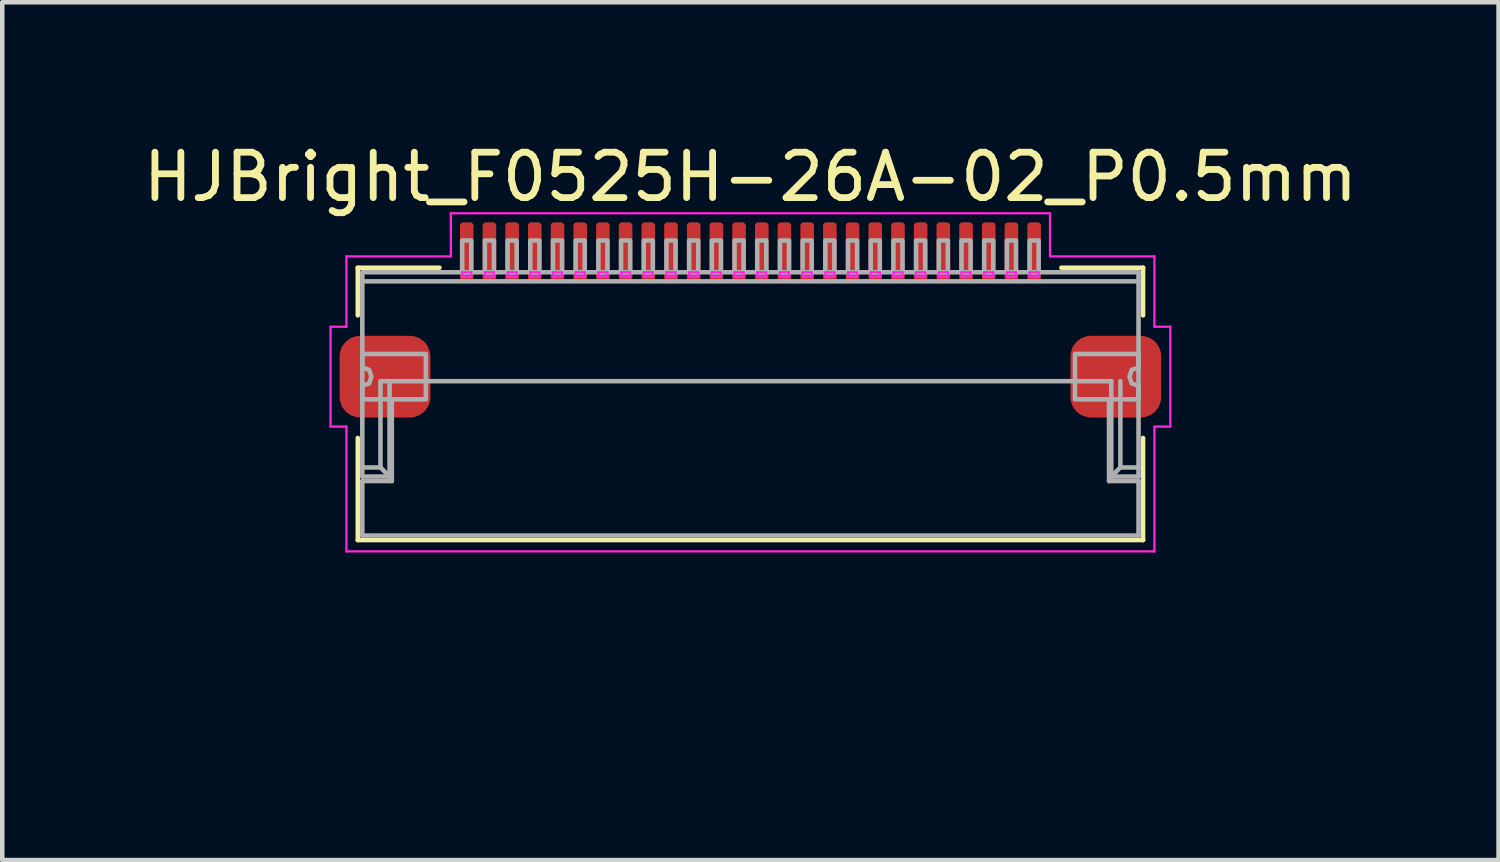
<source format=kicad_pcb>
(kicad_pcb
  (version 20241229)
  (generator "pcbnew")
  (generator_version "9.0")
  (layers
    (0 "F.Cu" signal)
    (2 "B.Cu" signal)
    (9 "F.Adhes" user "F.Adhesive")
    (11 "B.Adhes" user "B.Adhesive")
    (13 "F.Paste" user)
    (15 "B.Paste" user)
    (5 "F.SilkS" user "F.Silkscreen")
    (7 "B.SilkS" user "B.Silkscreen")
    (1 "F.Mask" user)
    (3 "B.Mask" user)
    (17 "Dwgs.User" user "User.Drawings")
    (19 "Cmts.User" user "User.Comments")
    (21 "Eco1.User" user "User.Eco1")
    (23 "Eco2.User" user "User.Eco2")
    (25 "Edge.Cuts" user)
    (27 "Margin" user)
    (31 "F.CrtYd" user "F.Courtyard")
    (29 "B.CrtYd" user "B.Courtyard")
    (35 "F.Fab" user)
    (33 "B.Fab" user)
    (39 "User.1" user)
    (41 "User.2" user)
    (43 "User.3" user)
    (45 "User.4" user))
  (footprint "HJBright_F0525H-26A-02_P0.5mm"
    (layer "F.Cu")
    (at 13.482 5.848)
    (property "Reference" "HJBright_F0525H-26A-02_P0.5mm" (at 0 -5 0) (layer "F.SilkS") (effects (font (size 1 1) (thickness 0.15))))
    (attr smd)
    (fp_line (start -8.65 -3) (end -6.85 -3) (stroke (width 0.1) (type solid)) (layer "F.SilkS"))
    (fp_line (start -8.65 -1.95) (end -8.65 -3) (stroke (width 0.1) (type solid)) (layer "F.SilkS"))
    (fp_line (start -8.65 0.75) (end -8.65 3) (stroke (width 0.1) (type solid)) (layer "F.SilkS"))
    (fp_line (start -8.65 3) (end 8.65 3) (stroke (width 0.1) (type solid)) (layer "F.SilkS"))
    (fp_line (start 6.85 -3) (end 8.65 -3) (stroke (width 0.1) (type solid)) (layer "F.SilkS"))
    (fp_line (start 8.65 -1.95) (end 8.65 -3) (stroke (width 0.1) (type solid)) (layer "F.SilkS"))
    (fp_line (start 8.65 3) (end 8.65 0.75) (stroke (width 0.1) (type solid)) (layer "F.SilkS"))
    (fp_rect (start 8 3) (end -8 7) (stroke (width 0.1) (type solid)) (fill no) (layer "Eco1.User"))
    (fp_line (start -9.25 -1.7) (end -9.25 0.5) (stroke (width 0.05) (type solid)) (layer "F.CrtYd"))
    (fp_line (start -9.25 -1.7) (end -8.9 -1.7) (stroke (width 0.05) (type solid)) (layer "F.CrtYd"))
    (fp_line (start -9.25 0.5) (end -8.9 0.5) (stroke (width 0.05) (type solid)) (layer "F.CrtYd"))
    (fp_line (start -8.9 -3.25) (end -8.9 -1.7) (stroke (width 0.05) (type solid)) (layer "F.CrtYd"))
    (fp_line (start -8.9 -3.25) (end -6.6 -3.25) (stroke (width 0.05) (type solid)) (layer "F.CrtYd"))
    (fp_line (start -8.9 0.5) (end -8.9 3.25) (stroke (width 0.05) (type solid)) (layer "F.CrtYd"))
    (fp_line (start -8.9 3.25) (end 8.9 3.25) (stroke (width 0.05) (type solid)) (layer "F.CrtYd"))
    (fp_line (start -6.6 -4.2) (end -6.6 -3.25) (stroke (width 0.05) (type solid)) (layer "F.CrtYd"))
    (fp_line (start -6.6 -4.2) (end 6.6 -4.2) (stroke (width 0.05) (type solid)) (layer "F.CrtYd"))
    (fp_line (start 6.6 -4.2) (end 6.6 -3.25) (stroke (width 0.05) (type solid)) (layer "F.CrtYd"))
    (fp_line (start 6.6 -3.25) (end 8.9 -3.25) (stroke (width 0.05) (type solid)) (layer "F.CrtYd"))
    (fp_line (start 8.9 -3.25) (end 8.9 -1.7) (stroke (width 0.05) (type solid)) (layer "F.CrtYd"))
    (fp_line (start 8.9 -1.7) (end 9.25 -1.7) (stroke (width 0.05) (type solid)) (layer "F.CrtYd"))
    (fp_line (start 8.9 0.5) (end 8.9 3.25) (stroke (width 0.05) (type solid)) (layer "F.CrtYd"))
    (fp_line (start 8.9 0.5) (end 9.25 0.5) (stroke (width 0.05) (type solid)) (layer "F.CrtYd"))
    (fp_line (start 9.25 -1.7) (end 9.25 0.5) (stroke (width 0.05) (type solid)) (layer "F.CrtYd"))
    (fp_rect (start -6.35 -2.9) (end -6.15 -2.8) (stroke (width 0.05) (type solid)) (fill no) (layer "F.CrtYd"))
    (fp_rect (start -5.85 -2.9) (end -5.65 -2.8) (stroke (width 0.05) (type solid)) (fill no) (layer "F.CrtYd"))
    (fp_rect (start -5.35 -2.9) (end -5.15 -2.8) (stroke (width 0.05) (type solid)) (fill no) (layer "F.CrtYd"))
    (fp_rect (start -4.85 -2.9) (end -4.65 -2.8) (stroke (width 0.05) (type solid)) (fill no) (layer "F.CrtYd"))
    (fp_rect (start -4.35 -2.9) (end -4.15 -2.8) (stroke (width 0.05) (type solid)) (fill no) (layer "F.CrtYd"))
    (fp_rect (start -3.85 -2.9) (end -3.65 -2.8) (stroke (width 0.05) (type solid)) (fill no) (layer "F.CrtYd"))
    (fp_rect (start -3.35 -2.9) (end -3.15 -2.8) (stroke (width 0.05) (type solid)) (fill no) (layer "F.CrtYd"))
    (fp_rect (start -2.85 -2.9) (end -2.65 -2.8) (stroke (width 0.05) (type solid)) (fill no) (layer "F.CrtYd"))
    (fp_rect (start -2.35 -2.9) (end -2.15 -2.8) (stroke (width 0.05) (type solid)) (fill no) (layer "F.CrtYd"))
    (fp_rect (start -1.85 -2.9) (end -1.65 -2.8) (stroke (width 0.05) (type solid)) (fill no) (layer "F.CrtYd"))
    (fp_rect (start -1.35 -2.9) (end -1.15 -2.8) (stroke (width 0.05) (type solid)) (fill no) (layer "F.CrtYd"))
    (fp_rect (start -0.85 -2.9) (end -0.65 -2.8) (stroke (width 0.05) (type solid)) (fill no) (layer "F.CrtYd"))
    (fp_rect (start -0.35 -2.9) (end -0.15 -2.8) (stroke (width 0.05) (type solid)) (fill no) (layer "F.CrtYd"))
    (fp_rect (start 0.15 -2.9) (end 0.35 -2.8) (stroke (width 0.05) (type solid)) (fill no) (layer "F.CrtYd"))
    (fp_rect (start 0.65 -2.9) (end 0.85 -2.8) (stroke (width 0.05) (type solid)) (fill no) (layer "F.CrtYd"))
    (fp_rect (start 1.15 -2.9) (end 1.35 -2.8) (stroke (width 0.05) (type solid)) (fill no) (layer "F.CrtYd"))
    (fp_rect (start 1.65 -2.9) (end 1.85 -2.8) (stroke (width 0.05) (type solid)) (fill no) (layer "F.CrtYd"))
    (fp_rect (start 2.15 -2.9) (end 2.35 -2.8) (stroke (width 0.05) (type solid)) (fill no) (layer "F.CrtYd"))
    (fp_rect (start 2.65 -2.9) (end 2.85 -2.8) (stroke (width 0.05) (type solid)) (fill no) (layer "F.CrtYd"))
    (fp_rect (start 3.15 -2.9) (end 3.35 -2.8) (stroke (width 0.05) (type solid)) (fill no) (layer "F.CrtYd"))
    (fp_rect (start 3.65 -2.9) (end 3.85 -2.8) (stroke (width 0.05) (type solid)) (fill no) (layer "F.CrtYd"))
    (fp_rect (start 4.15 -2.9) (end 4.35 -2.8) (stroke (width 0.05) (type solid)) (fill no) (layer "F.CrtYd"))
    (fp_rect (start 4.65 -2.9) (end 4.85 -2.8) (stroke (width 0.05) (type solid)) (fill no) (layer "F.CrtYd"))
    (fp_rect (start 5.15 -2.9) (end 5.35 -2.8) (stroke (width 0.05) (type solid)) (fill no) (layer "F.CrtYd"))
    (fp_rect (start 5.65 -2.9) (end 5.85 -2.8) (stroke (width 0.05) (type solid)) (fill no) (layer "F.CrtYd"))
    (fp_rect (start 6.15 -2.9) (end 6.35 -2.8) (stroke (width 0.05) (type solid)) (fill no) (layer "F.CrtYd"))
    (fp_line (start -8.55 -2.9) (end -8.55 1.6) (stroke (width 0.1) (type solid)) (layer "F.Fab"))
    (fp_line (start -8.55 -2.9) (end 8.55 -2.9) (stroke (width 0.1) (type solid)) (layer "F.Fab"))
    (fp_line (start -8.55 -2.7) (end 8.55 -2.7) (stroke (width 0.1) (type solid)) (layer "F.Fab"))
    (fp_line (start -8.55 1.4) (end -8.15 1.4) (stroke (width 0.1) (type solid)) (layer "F.Fab"))
    (fp_line (start -8.55 1.6) (end -7.95 1.6) (stroke (width 0.1) (type solid)) (layer "F.Fab"))
    (fp_line (start -8.55 1.7) (end -8.55 2.9) (stroke (width 0.1) (type solid)) (layer "F.Fab"))
    (fp_line (start -8.55 1.7) (end -7.9 1.7) (stroke (width 0.1) (type solid)) (layer "F.Fab"))
    (fp_line (start -8.55 2.9) (end 8.55 2.9) (stroke (width 0.1) (type solid)) (layer "F.Fab"))
    (fp_line (start -8.15 -0.5) (end 7.95 -0.5) (stroke (width 0.1) (type solid)) (layer "F.Fab"))
    (fp_line (start -8.15 1.4) (end -8.15 -0.5) (stroke (width 0.1) (type solid)) (layer "F.Fab"))
    (fp_line (start -8.15 1.4) (end -7.95 1.6) (stroke (width 0.1) (type solid)) (layer "F.Fab"))
    (fp_line (start -7.95 1.6) (end -7.95 -0.5) (stroke (width 0.1) (type solid)) (layer "F.Fab"))
    (fp_line (start -7.9 1.7) (end -7.9 -0.05) (stroke (width 0.1) (type solid)) (layer "F.Fab"))
    (fp_line (start 7.9 -0.05) (end 7.9 1.7) (stroke (width 0.1) (type solid)) (layer "F.Fab"))
    (fp_line (start 7.9 1.7) (end 8.55 1.7) (stroke (width 0.1) (type solid)) (layer "F.Fab"))
    (fp_line (start 7.95 1.6) (end 7.95 -0.5) (stroke (width 0.1) (type solid)) (layer "F.Fab"))
    (fp_line (start 8.15 1.4) (end 7.95 1.6) (stroke (width 0.1) (type solid)) (layer "F.Fab"))
    (fp_line (start 8.15 1.4) (end 8.15 -0.5) (stroke (width 0.1) (type solid)) (layer "F.Fab"))
    (fp_line (start 8.55 -2.9) (end 8.55 1.6) (stroke (width 0.1) (type solid)) (layer "F.Fab"))
    (fp_line (start 8.55 1.4) (end 8.15 1.4) (stroke (width 0.1) (type solid)) (layer "F.Fab"))
    (fp_line (start 8.55 1.6) (end 7.95 1.6) (stroke (width 0.1) (type solid)) (layer "F.Fab"))
    (fp_line (start 8.55 1.7) (end 8.55 2.9) (stroke (width 0.1) (type solid)) (layer "F.Fab"))
    (fp_rect (start -6.35 -3.6) (end -6.15 -2.9) (stroke (width 0.1) (type solid)) (fill no) (layer "F.Fab"))
    (fp_rect (start -5.85 -3.6) (end -5.65 -2.9) (stroke (width 0.1) (type solid)) (fill no) (layer "F.Fab"))
    (fp_rect (start -5.35 -3.6) (end -5.15 -2.9) (stroke (width 0.1) (type solid)) (fill no) (layer "F.Fab"))
    (fp_rect (start -4.85 -3.6) (end -4.65 -2.9) (stroke (width 0.1) (type solid)) (fill no) (layer "F.Fab"))
    (fp_rect (start -4.35 -3.6) (end -4.15 -2.9) (stroke (width 0.1) (type solid)) (fill no) (layer "F.Fab"))
    (fp_rect (start -3.85 -3.6) (end -3.65 -2.9) (stroke (width 0.1) (type solid)) (fill no) (layer "F.Fab"))
    (fp_rect (start -3.35 -3.6) (end -3.15 -2.9) (stroke (width 0.1) (type solid)) (fill no) (layer "F.Fab"))
    (fp_rect (start -2.85 -3.6) (end -2.65 -2.9) (stroke (width 0.1) (type solid)) (fill no) (layer "F.Fab"))
    (fp_rect (start -2.35 -3.6) (end -2.15 -2.9) (stroke (width 0.1) (type solid)) (fill no) (layer "F.Fab"))
    (fp_rect (start -1.85 -3.6) (end -1.65 -2.9) (stroke (width 0.1) (type solid)) (fill no) (layer "F.Fab"))
    (fp_rect (start -1.35 -3.6) (end -1.15 -2.9) (stroke (width 0.1) (type solid)) (fill no) (layer "F.Fab"))
    (fp_rect (start -0.85 -3.6) (end -0.65 -2.9) (stroke (width 0.1) (type solid)) (fill no) (layer "F.Fab"))
    (fp_rect (start -0.35 -3.6) (end -0.15 -2.9) (stroke (width 0.1) (type solid)) (fill no) (layer "F.Fab"))
    (fp_rect (start 0.15 -3.6) (end 0.35 -2.9) (stroke (width 0.1) (type solid)) (fill no) (layer "F.Fab"))
    (fp_rect (start 0.65 -3.6) (end 0.85 -2.9) (stroke (width 0.1) (type solid)) (fill no) (layer "F.Fab"))
    (fp_rect (start 1.15 -3.6) (end 1.35 -2.9) (stroke (width 0.1) (type solid)) (fill no) (layer "F.Fab"))
    (fp_rect (start 1.65 -3.6) (end 1.85 -2.9) (stroke (width 0.1) (type solid)) (fill no) (layer "F.Fab"))
    (fp_rect (start 2.15 -3.6) (end 2.35 -2.9) (stroke (width 0.1) (type solid)) (fill no) (layer "F.Fab"))
    (fp_rect (start 2.65 -3.6) (end 2.85 -2.9) (stroke (width 0.1) (type solid)) (fill no) (layer "F.Fab"))
    (fp_rect (start 3.15 -3.6) (end 3.35 -2.9) (stroke (width 0.1) (type solid)) (fill no) (layer "F.Fab"))
    (fp_rect (start 3.65 -3.6) (end 3.85 -2.9) (stroke (width 0.1) (type solid)) (fill no) (layer "F.Fab"))
    (fp_rect (start 4.15 -3.6) (end 4.35 -2.9) (stroke (width 0.1) (type solid)) (fill no) (layer "F.Fab"))
    (fp_rect (start 4.65 -3.6) (end 4.85 -2.9) (stroke (width 0.1) (type solid)) (fill no) (layer "F.Fab"))
    (fp_rect (start 5.15 -3.6) (end 5.35 -2.9) (stroke (width 0.1) (type solid)) (fill no) (layer "F.Fab"))
    (fp_rect (start 5.65 -3.6) (end 5.85 -2.9) (stroke (width 0.1) (type solid)) (fill no) (layer "F.Fab"))
    (fp_rect (start 6.15 -3.6) (end 6.35 -2.9) (stroke (width 0.1) (type solid)) (fill no) (layer "F.Fab"))
    (fp_poly (pts (xy -8.55 -0.4) (xy -8.4 -0.45) (xy -8.35 -0.6) (xy -8.4 -0.75) (xy -8.55 -0.8) (xy -8.55 -1.1) (xy -7.15 -1.1) (xy -7.15 -0.1) (xy -8.55 -0.1)) (stroke (width 0.1) (type solid)) (fill no) (layer "F.Fab"))
    (fp_poly (pts (xy 8.55 -0.8) (xy 8.4 -0.75) (xy 8.35 -0.6) (xy 8.4 -0.45) (xy 8.55 -0.4) (xy 8.55 -0.1) (xy 7.15 -0.1) (xy 7.15 -1.1) (xy 8.55 -1.1)) (stroke (width 0.1) (type solid)) (fill no) (layer "F.Fab"))
    (pad "1" smd roundrect (at -6.25 -3.35) (size 0.3 1.3) (layers "F.Cu" "F.Mask" "F.Paste") (roundrect_rratio 0.25))
    (pad "2" smd roundrect (at -5.75 -3.35) (size 0.3 1.3) (layers "F.Cu" "F.Mask" "F.Paste") (roundrect_rratio 0.25))
    (pad "3" smd roundrect (at -5.25 -3.35) (size 0.3 1.3) (layers "F.Cu" "F.Mask" "F.Paste") (roundrect_rratio 0.25))
    (pad "4" smd roundrect (at -4.75 -3.35) (size 0.3 1.3) (layers "F.Cu" "F.Mask" "F.Paste") (roundrect_rratio 0.25))
    (pad "5" smd roundrect (at -4.25 -3.35) (size 0.3 1.3) (layers "F.Cu" "F.Mask" "F.Paste") (roundrect_rratio 0.25))
    (pad "6" smd roundrect (at -3.75 -3.35) (size 0.3 1.3) (layers "F.Cu" "F.Mask" "F.Paste") (roundrect_rratio 0.25))
    (pad "7" smd roundrect (at -3.25 -3.35) (size 0.3 1.3) (layers "F.Cu" "F.Mask" "F.Paste") (roundrect_rratio 0.25))
    (pad "8" smd roundrect (at -2.75 -3.35) (size 0.3 1.3) (layers "F.Cu" "F.Mask" "F.Paste") (roundrect_rratio 0.25))
    (pad "9" smd roundrect (at -2.25 -3.35) (size 0.3 1.3) (layers "F.Cu" "F.Mask" "F.Paste") (roundrect_rratio 0.25))
    (pad "10" smd roundrect (at -1.75 -3.35) (size 0.3 1.3) (layers "F.Cu" "F.Mask" "F.Paste") (roundrect_rratio 0.25))
    (pad "11" smd roundrect (at -1.25 -3.35) (size 0.3 1.3) (layers "F.Cu" "F.Mask" "F.Paste") (roundrect_rratio 0.25))
    (pad "12" smd roundrect (at -0.75 -3.35) (size 0.3 1.3) (layers "F.Cu" "F.Mask" "F.Paste") (roundrect_rratio 0.25))
    (pad "13" smd roundrect (at -0.25 -3.35) (size 0.3 1.3) (layers "F.Cu" "F.Mask" "F.Paste") (roundrect_rratio 0.25))
    (pad "14" smd roundrect (at 0.25 -3.35) (size 0.3 1.3) (layers "F.Cu" "F.Mask" "F.Paste") (roundrect_rratio 0.25))
    (pad "15" smd roundrect (at 0.75 -3.35) (size 0.3 1.3) (layers "F.Cu" "F.Mask" "F.Paste") (roundrect_rratio 0.25))
    (pad "16" smd roundrect (at 1.25 -3.35) (size 0.3 1.3) (layers "F.Cu" "F.Mask" "F.Paste") (roundrect_rratio 0.25))
    (pad "17" smd roundrect (at 1.75 -3.35) (size 0.3 1.3) (layers "F.Cu" "F.Mask" "F.Paste") (roundrect_rratio 0.25))
    (pad "18" smd roundrect (at 2.25 -3.35) (size 0.3 1.3) (layers "F.Cu" "F.Mask" "F.Paste") (roundrect_rratio 0.25))
    (pad "19" smd roundrect (at 2.75 -3.35) (size 0.3 1.3) (layers "F.Cu" "F.Mask" "F.Paste") (roundrect_rratio 0.25))
    (pad "20" smd roundrect (at 3.25 -3.35) (size 0.3 1.3) (layers "F.Cu" "F.Mask" "F.Paste") (roundrect_rratio 0.25))
    (pad "21" smd roundrect (at 3.75 -3.35) (size 0.3 1.3) (layers "F.Cu" "F.Mask" "F.Paste") (roundrect_rratio 0.25))
    (pad "22" smd roundrect (at 4.25 -3.35) (size 0.3 1.3) (layers "F.Cu" "F.Mask" "F.Paste") (roundrect_rratio 0.25))
    (pad "23" smd roundrect (at 4.75 -3.35) (size 0.3 1.3) (layers "F.Cu" "F.Mask" "F.Paste") (roundrect_rratio 0.25))
    (pad "24" smd roundrect (at 5.25 -3.35) (size 0.3 1.3) (layers "F.Cu" "F.Mask" "F.Paste") (roundrect_rratio 0.25))
    (pad "25" smd roundrect (at 5.75 -3.35) (size 0.3 1.3) (layers "F.Cu" "F.Mask" "F.Paste") (roundrect_rratio 0.25))
    (pad "26" smd roundrect (at 6.25 -3.35) (size 0.3 1.3) (layers "F.Cu" "F.Mask" "F.Paste") (roundrect_rratio 0.25))
    (pad "MP" smd roundrect (at -8.05 -0.6) (size 2 1.8) (layers "F.Cu" "F.Mask" "F.Paste") (roundrect_rratio 0.25))
    (pad "MP" smd roundrect (at 8.05 -0.6) (size 2 1.8) (layers "F.Cu" "F.Mask" "F.Paste") (roundrect_rratio 0.25)))
  (gr_rect
    (start -3 -3)
    (end 29.964 15.898)
    (stroke (width 0.1) (type default))
    (fill no)
    (layer "Edge.Cuts")))
</source>
